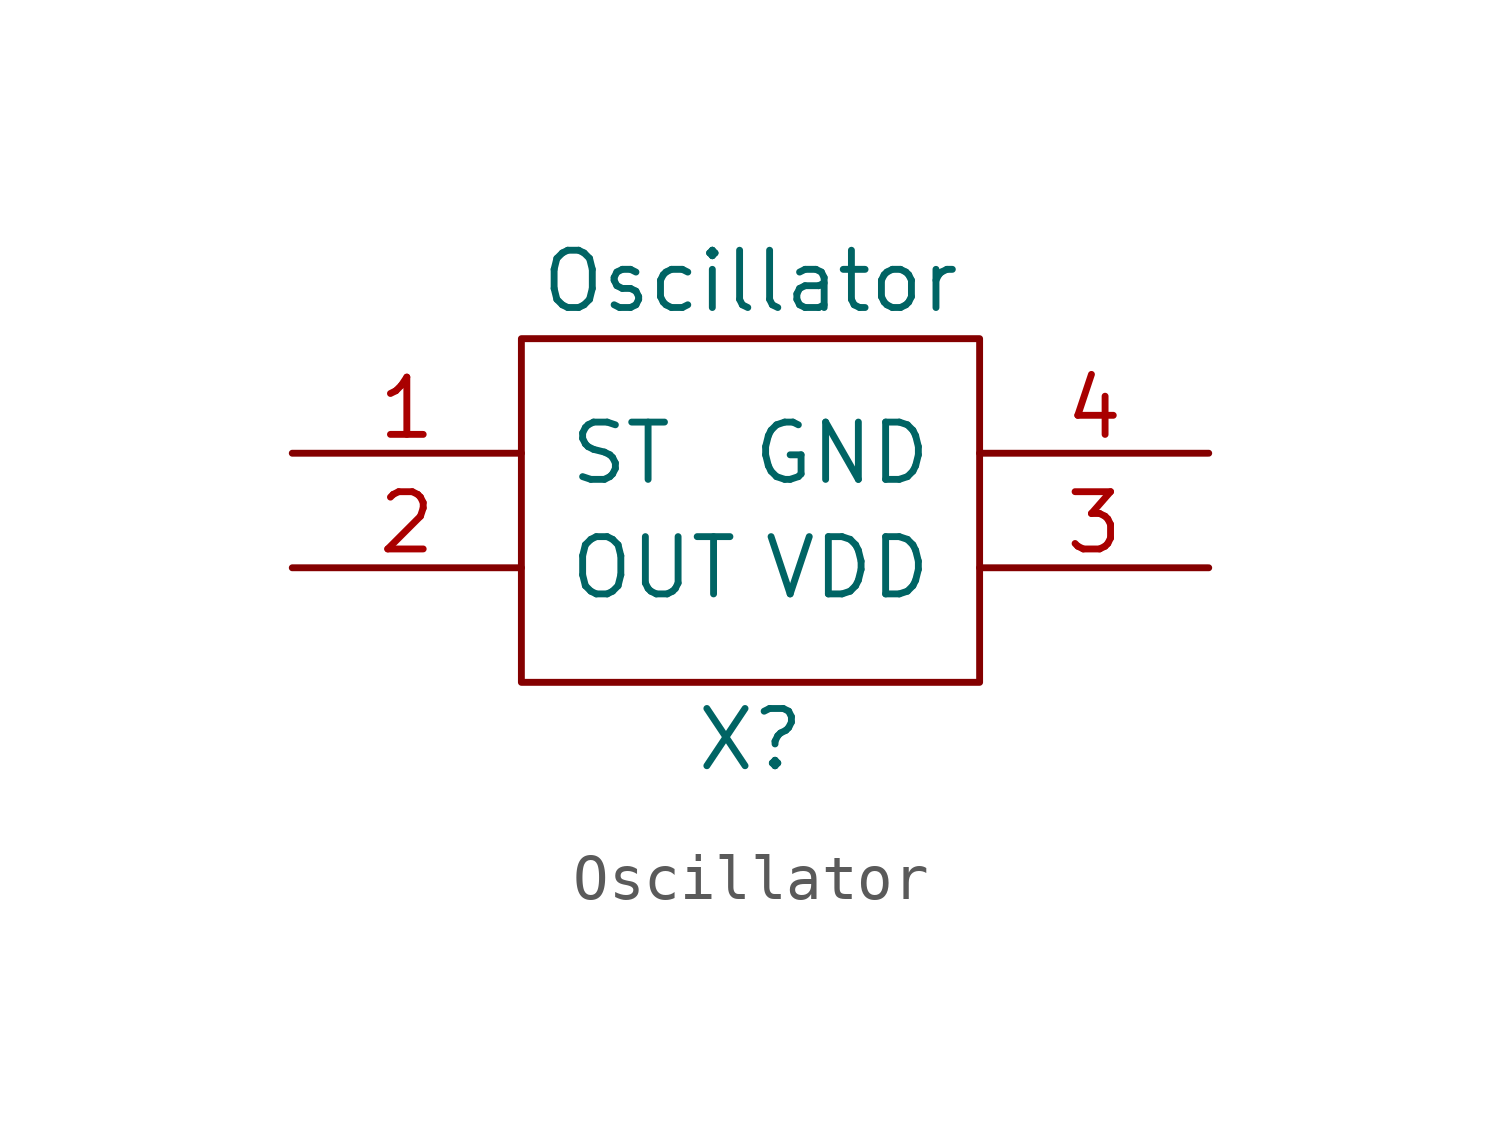
<source format=kicad_sym>
(kicad_symbol_lib
  (version 20220914)
  (generator kicad_symbol_editor)
  (symbol "Oscillator"
    (pin_names
      (offset 1.016))
    (property "Reference" "X"
      (at 0 -6.35 0)
      (effects (font (size 1.27 1.27))))
    (property "Value" "Oscillator"
      (at 0 3.81 0)
      (effects (font (size 1.27 1.27))))
    (symbol "Oscillator_0_1"
      (rectangle (start -5.08 2.54) (end 5.08 -5.08) (stroke (width 0) (type default)) (fill (type none))))
    (symbol "Oscillator_1_1"
      (pin passive line (at -10.16 0 0) (length 5.08) (name "ST" (effects (font (size 1.27 1.27)))) (number "1" (effects (font (size 1.27 1.27)))))
      (pin passive line (at -10.16 -2.54 0) (length 5.08) (name "OUT" (effects (font (size 1.27 1.27)))) (number "2" (effects (font (size 1.27 1.27)))))
      (pin passive line (at 10.16 -2.54 180) (length 5.08) (name "VDD" (effects (font (size 1.27 1.27)))) (number "3" (effects (font (size 1.27 1.27)))))
      (pin passive line (at 10.16 0 180) (length 5.08) (name "GND" (effects (font (size 1.27 1.27)))) (number "4" (effects (font (size 1.27 1.27))))))))
</source>
